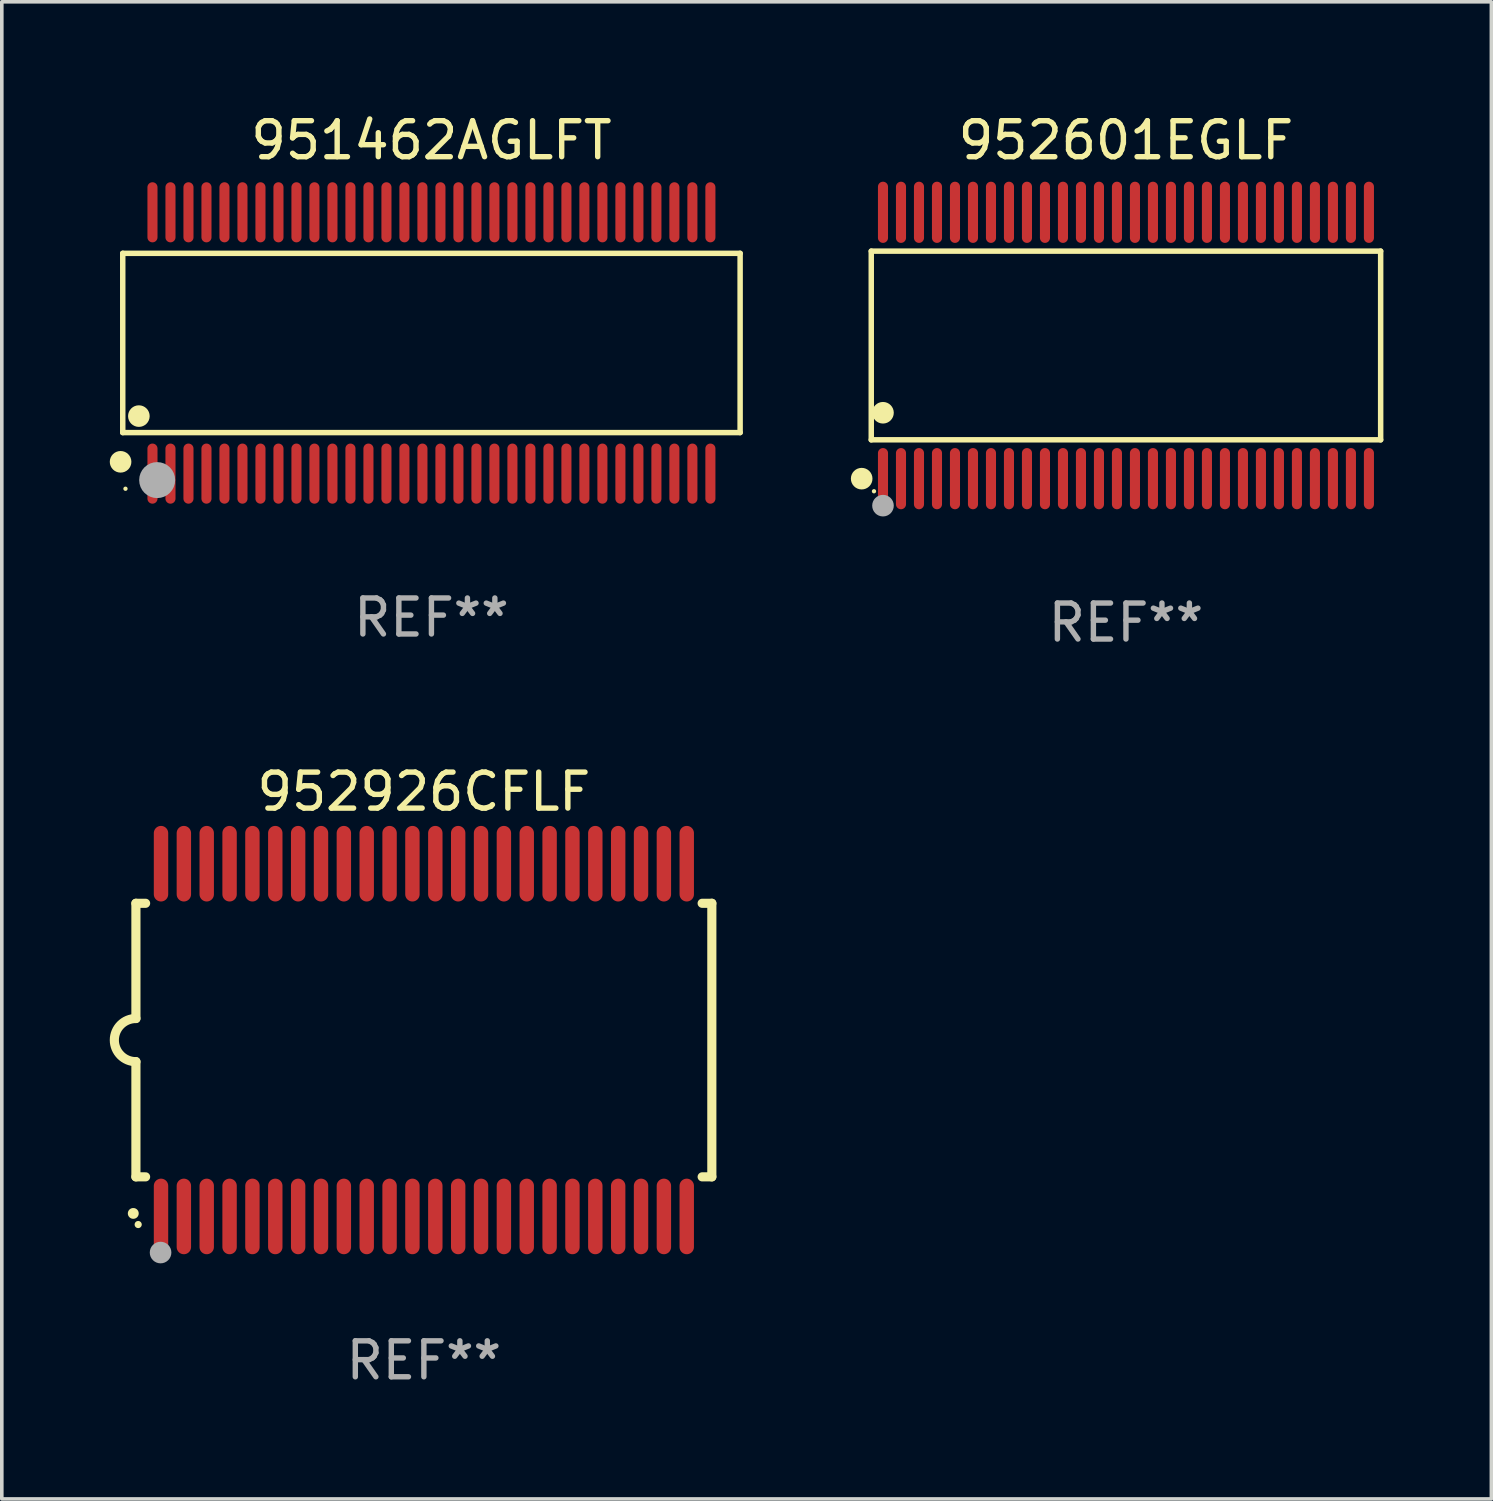
<source format=kicad_pcb>
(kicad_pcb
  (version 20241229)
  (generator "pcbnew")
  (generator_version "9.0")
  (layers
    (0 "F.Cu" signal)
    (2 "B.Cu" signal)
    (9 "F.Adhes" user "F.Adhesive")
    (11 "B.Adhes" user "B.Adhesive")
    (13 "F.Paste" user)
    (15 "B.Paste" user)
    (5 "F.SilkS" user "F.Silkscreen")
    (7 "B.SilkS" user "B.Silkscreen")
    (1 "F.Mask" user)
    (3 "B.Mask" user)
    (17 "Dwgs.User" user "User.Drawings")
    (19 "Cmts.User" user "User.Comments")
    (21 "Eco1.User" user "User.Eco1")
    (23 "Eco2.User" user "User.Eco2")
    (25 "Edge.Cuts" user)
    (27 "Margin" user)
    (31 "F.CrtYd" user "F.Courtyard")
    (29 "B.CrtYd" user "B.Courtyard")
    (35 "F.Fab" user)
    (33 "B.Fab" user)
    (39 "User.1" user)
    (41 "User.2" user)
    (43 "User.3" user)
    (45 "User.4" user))
  (footprint "952926CFLF"
    (layer "F.Cu")
    (at 8.726 25.845)
    (property "Reference" "952926CFLF" (at 0 -6.9 0) (layer "F.SilkS") (effects (font (size 1 1) (thickness 0.15))))
    (attr through_hole)
    (fp_line (start -8 -3.8) (end -8 -0.599) (stroke (width 0.254) (type solid)) (layer "F.SilkS"))
    (fp_line (start -8 -3.8) (end -7.731 -3.8) (stroke (width 0.254) (type solid)) (layer "F.SilkS"))
    (fp_line (start -8 3.8) (end -8 0.599) (stroke (width 0.254) (type solid)) (layer "F.SilkS"))
    (fp_line (start -7.731 3.8) (end -8 3.8) (stroke (width 0.254) (type solid)) (layer "F.SilkS"))
    (fp_line (start 7.731 -3.8) (end 8 -3.8) (stroke (width 0.254) (type solid)) (layer "F.SilkS"))
    (fp_line (start 8 -3.8) (end 8 3.8) (stroke (width 0.254) (type solid)) (layer "F.SilkS"))
    (fp_line (start 8 3.8) (end 7.731 3.8) (stroke (width 0.254) (type solid)) (layer "F.SilkS"))
    (fp_arc (start -8.074676 4.81585) (mid -8.073406 4.815845) (end -8.072136 4.81585) (stroke (width 0.3) (type solid)) (layer "F.SilkS"))
    (fp_arc (start -8.000025 0.6) (mid -8.598908 0.00056) (end -8.000027 -0.598882) (stroke (width 0.254001) (type solid)) (layer "F.SilkS"))
    (fp_circle (center -7.937 5.125) (end -7.887 5.125) (stroke (width 0.1) (type solid)) (fill no) (layer "F.SilkS"))
    (fp_circle (center -7.315 5.903) (end -7.165 5.903) (stroke (width 0.3) (type solid)) (fill no) (layer "F.Fab"))
    (fp_text user "REF**" (at 0 8.9 0) (layer "F.Fab") (effects (font (size 1 1) (thickness 0.15))))
    (pad "1" smd oval (at -7.303 4.9) (size 0.4 2.1) (layers "F.Cu" "F.Mask" "F.Paste"))
    (pad "2" smd oval (at -6.668 4.9) (size 0.4 2.1) (layers "F.Cu" "F.Mask" "F.Paste"))
    (pad "3" smd oval (at -6.033 4.9) (size 0.4 2.1) (layers "F.Cu" "F.Mask" "F.Paste"))
    (pad "4" smd oval (at -5.398 4.9) (size 0.4 2.1) (layers "F.Cu" "F.Mask" "F.Paste"))
    (pad "5" smd oval (at -4.763 4.9) (size 0.4 2.1) (layers "F.Cu" "F.Mask" "F.Paste"))
    (pad "6" smd oval (at -4.128 4.9) (size 0.4 2.1) (layers "F.Cu" "F.Mask" "F.Paste"))
    (pad "7" smd oval (at -3.493 4.9) (size 0.4 2.1) (layers "F.Cu" "F.Mask" "F.Paste"))
    (pad "8" smd oval (at -2.858 4.9) (size 0.4 2.1) (layers "F.Cu" "F.Mask" "F.Paste"))
    (pad "9" smd oval (at -2.223 4.9) (size 0.4 2.1) (layers "F.Cu" "F.Mask" "F.Paste"))
    (pad "10" smd oval (at -1.588 4.9) (size 0.4 2.1) (layers "F.Cu" "F.Mask" "F.Paste"))
    (pad "11" smd oval (at -0.953 4.9) (size 0.4 2.1) (layers "F.Cu" "F.Mask" "F.Paste"))
    (pad "12" smd oval (at -0.318 4.9) (size 0.4 2.1) (layers "F.Cu" "F.Mask" "F.Paste"))
    (pad "13" smd oval (at 0.318 4.9) (size 0.4 2.1) (layers "F.Cu" "F.Mask" "F.Paste"))
    (pad "14" smd oval (at 0.953 4.9) (size 0.4 2.1) (layers "F.Cu" "F.Mask" "F.Paste"))
    (pad "15" smd oval (at 1.588 4.9) (size 0.4 2.1) (layers "F.Cu" "F.Mask" "F.Paste"))
    (pad "16" smd oval (at 2.223 4.9) (size 0.4 2.1) (layers "F.Cu" "F.Mask" "F.Paste"))
    (pad "17" smd oval (at 2.858 4.9) (size 0.4 2.1) (layers "F.Cu" "F.Mask" "F.Paste"))
    (pad "18" smd oval (at 3.493 4.9) (size 0.4 2.1) (layers "F.Cu" "F.Mask" "F.Paste"))
    (pad "19" smd oval (at 4.128 4.9) (size 0.4 2.1) (layers "F.Cu" "F.Mask" "F.Paste"))
    (pad "20" smd oval (at 4.763 4.9) (size 0.4 2.1) (layers "F.Cu" "F.Mask" "F.Paste"))
    (pad "21" smd oval (at 5.398 4.9) (size 0.4 2.1) (layers "F.Cu" "F.Mask" "F.Paste"))
    (pad "22" smd oval (at 6.033 4.9) (size 0.4 2.1) (layers "F.Cu" "F.Mask" "F.Paste"))
    (pad "23" smd oval (at 6.668 4.9) (size 0.4 2.1) (layers "F.Cu" "F.Mask" "F.Paste"))
    (pad "24" smd oval (at 7.303 4.9) (size 0.4 2.1) (layers "F.Cu" "F.Mask" "F.Paste"))
    (pad "25" smd oval (at 7.303 -4.9 180) (size 0.4 2.1) (layers "F.Cu" "F.Mask" "F.Paste"))
    (pad "26" smd oval (at 6.668 -4.9 180) (size 0.4 2.1) (layers "F.Cu" "F.Mask" "F.Paste"))
    (pad "27" smd oval (at 6.033 -4.9 180) (size 0.4 2.1) (layers "F.Cu" "F.Mask" "F.Paste"))
    (pad "28" smd oval (at 5.398 -4.9 180) (size 0.4 2.1) (layers "F.Cu" "F.Mask" "F.Paste"))
    (pad "29" smd oval (at 4.763 -4.9 180) (size 0.4 2.1) (layers "F.Cu" "F.Mask" "F.Paste"))
    (pad "30" smd oval (at 4.128 -4.9 180) (size 0.4 2.1) (layers "F.Cu" "F.Mask" "F.Paste"))
    (pad "31" smd oval (at 3.493 -4.9 180) (size 0.4 2.1) (layers "F.Cu" "F.Mask" "F.Paste"))
    (pad "32" smd oval (at 2.858 -4.9 180) (size 0.4 2.1) (layers "F.Cu" "F.Mask" "F.Paste"))
    (pad "33" smd oval (at 2.223 -4.9 180) (size 0.4 2.1) (layers "F.Cu" "F.Mask" "F.Paste"))
    (pad "34" smd oval (at 1.588 -4.9 180) (size 0.4 2.1) (layers "F.Cu" "F.Mask" "F.Paste"))
    (pad "35" smd oval (at 0.953 -4.9 180) (size 0.4 2.1) (layers "F.Cu" "F.Mask" "F.Paste"))
    (pad "36" smd oval (at 0.318 -4.9 180) (size 0.4 2.1) (layers "F.Cu" "F.Mask" "F.Paste"))
    (pad "37" smd oval (at -0.318 -4.9 180) (size 0.4 2.1) (layers "F.Cu" "F.Mask" "F.Paste"))
    (pad "38" smd oval (at -0.953 -4.9 180) (size 0.4 2.1) (layers "F.Cu" "F.Mask" "F.Paste"))
    (pad "39" smd oval (at -1.588 -4.9 180) (size 0.4 2.1) (layers "F.Cu" "F.Mask" "F.Paste"))
    (pad "40" smd oval (at -2.223 -4.9 180) (size 0.4 2.1) (layers "F.Cu" "F.Mask" "F.Paste"))
    (pad "41" smd oval (at -2.858 -4.9 180) (size 0.4 2.1) (layers "F.Cu" "F.Mask" "F.Paste"))
    (pad "42" smd oval (at -3.493 -4.9 180) (size 0.4 2.1) (layers "F.Cu" "F.Mask" "F.Paste"))
    (pad "43" smd oval (at -4.128 -4.9 180) (size 0.4 2.1) (layers "F.Cu" "F.Mask" "F.Paste"))
    (pad "44" smd oval (at -4.763 -4.9 180) (size 0.4 2.1) (layers "F.Cu" "F.Mask" "F.Paste"))
    (pad "45" smd oval (at -5.398 -4.9 180) (size 0.4 2.1) (layers "F.Cu" "F.Mask" "F.Paste"))
    (pad "46" smd oval (at -6.033 -4.9 180) (size 0.4 2.1) (layers "F.Cu" "F.Mask" "F.Paste"))
    (pad "47" smd oval (at -6.668 -4.9 180) (size 0.4 2.1) (layers "F.Cu" "F.Mask" "F.Paste"))
    (pad "48" smd oval (at -7.303 -4.9 180) (size 0.4 2.1) (layers "F.Cu" "F.Mask" "F.Paste")))
  (footprint "951462AGLFT"
    (layer "F.Cu")
    (at 8.936 6.478)
    (property "Reference" "951462AGLFT" (at 0 -5.63 0) (layer "F.SilkS") (effects (font (size 1 1) (thickness 0.15))))
    (attr through_hole)
    (fp_line (start -8.576 -2.49) (end 8.576 -2.49) (stroke (width 0.152) (type solid)) (layer "F.SilkS"))
    (fp_line (start -8.576 2.49) (end -8.576 -2.49) (stroke (width 0.152) (type solid)) (layer "F.SilkS"))
    (fp_line (start 8.576 -2.49) (end 8.576 2.49) (stroke (width 0.152) (type solid)) (layer "F.SilkS"))
    (fp_line (start 8.576 2.49) (end -8.576 2.49) (stroke (width 0.152) (type solid)) (layer "F.SilkS"))
    (fp_circle (center -8.636 3.302) (end -8.486 3.302) (stroke (width 0.3) (type solid)) (fill no) (layer "F.SilkS"))
    (fp_circle (center -8.5 4.05) (end -8.47 4.05) (stroke (width 0.06) (type solid)) (fill no) (layer "F.SilkS"))
    (fp_circle (center -8.128 2.032) (end -7.978 2.032) (stroke (width 0.3) (type solid)) (fill no) (layer "F.SilkS"))
    (fp_circle (center -7.62 3.81) (end -7.37 3.81) (stroke (width 0.5) (type solid)) (fill no) (layer "F.Fab"))
    (fp_text user "REF**" (at 0 7.63 0) (layer "F.Fab") (effects (font (size 1 1) (thickness 0.15))))
    (pad "1" smd oval (at -7.75 3.63) (size 0.28 1.67) (layers "F.Cu" "F.Mask" "F.Paste"))
    (pad "2" smd oval (at -7.25 3.63) (size 0.28 1.67) (layers "F.Cu" "F.Mask" "F.Paste"))
    (pad "3" smd oval (at -6.75 3.63) (size 0.28 1.67) (layers "F.Cu" "F.Mask" "F.Paste"))
    (pad "4" smd oval (at -6.25 3.63) (size 0.28 1.67) (layers "F.Cu" "F.Mask" "F.Paste"))
    (pad "5" smd oval (at -5.75 3.63) (size 0.28 1.67) (layers "F.Cu" "F.Mask" "F.Paste"))
    (pad "6" smd oval (at -5.25 3.63) (size 0.28 1.67) (layers "F.Cu" "F.Mask" "F.Paste"))
    (pad "7" smd oval (at -4.75 3.63) (size 0.28 1.67) (layers "F.Cu" "F.Mask" "F.Paste"))
    (pad "8" smd oval (at -4.25 3.63) (size 0.28 1.67) (layers "F.Cu" "F.Mask" "F.Paste"))
    (pad "9" smd oval (at -3.75 3.63) (size 0.28 1.67) (layers "F.Cu" "F.Mask" "F.Paste"))
    (pad "10" smd oval (at -3.25 3.63) (size 0.28 1.67) (layers "F.Cu" "F.Mask" "F.Paste"))
    (pad "11" smd oval (at -2.75 3.63) (size 0.28 1.67) (layers "F.Cu" "F.Mask" "F.Paste"))
    (pad "12" smd oval (at -2.25 3.63) (size 0.28 1.67) (layers "F.Cu" "F.Mask" "F.Paste"))
    (pad "13" smd oval (at -1.75 3.63) (size 0.28 1.67) (layers "F.Cu" "F.Mask" "F.Paste"))
    (pad "14" smd oval (at -1.25 3.63) (size 0.28 1.67) (layers "F.Cu" "F.Mask" "F.Paste"))
    (pad "15" smd oval (at -0.75 3.63) (size 0.28 1.67) (layers "F.Cu" "F.Mask" "F.Paste"))
    (pad "16" smd oval (at -0.25 3.63) (size 0.28 1.67) (layers "F.Cu" "F.Mask" "F.Paste"))
    (pad "17" smd oval (at 0.25 3.63) (size 0.28 1.67) (layers "F.Cu" "F.Mask" "F.Paste"))
    (pad "18" smd oval (at 0.75 3.63) (size 0.28 1.67) (layers "F.Cu" "F.Mask" "F.Paste"))
    (pad "19" smd oval (at 1.25 3.63) (size 0.28 1.67) (layers "F.Cu" "F.Mask" "F.Paste"))
    (pad "20" smd oval (at 1.75 3.63) (size 0.28 1.67) (layers "F.Cu" "F.Mask" "F.Paste"))
    (pad "21" smd oval (at 2.25 3.63) (size 0.28 1.67) (layers "F.Cu" "F.Mask" "F.Paste"))
    (pad "22" smd oval (at 2.75 3.63) (size 0.28 1.67) (layers "F.Cu" "F.Mask" "F.Paste"))
    (pad "23" smd oval (at 3.25 3.63) (size 0.28 1.67) (layers "F.Cu" "F.Mask" "F.Paste"))
    (pad "24" smd oval (at 3.75 3.63) (size 0.28 1.67) (layers "F.Cu" "F.Mask" "F.Paste"))
    (pad "25" smd oval (at 4.25 3.63) (size 0.28 1.67) (layers "F.Cu" "F.Mask" "F.Paste"))
    (pad "26" smd oval (at 4.75 3.63) (size 0.28 1.67) (layers "F.Cu" "F.Mask" "F.Paste"))
    (pad "27" smd oval (at 5.25 3.63) (size 0.28 1.67) (layers "F.Cu" "F.Mask" "F.Paste"))
    (pad "28" smd oval (at 5.75 3.63) (size 0.28 1.67) (layers "F.Cu" "F.Mask" "F.Paste"))
    (pad "29" smd oval (at 6.25 3.63) (size 0.28 1.67) (layers "F.Cu" "F.Mask" "F.Paste"))
    (pad "30" smd oval (at 6.75 3.63) (size 0.28 1.67) (layers "F.Cu" "F.Mask" "F.Paste"))
    (pad "31" smd oval (at 7.25 3.63) (size 0.28 1.67) (layers "F.Cu" "F.Mask" "F.Paste"))
    (pad "32" smd oval (at 7.75 3.63) (size 0.28 1.67) (layers "F.Cu" "F.Mask" "F.Paste"))
    (pad "33" smd oval (at 7.75 -3.63) (size 0.28 1.67) (layers "F.Cu" "F.Mask" "F.Paste"))
    (pad "34" smd oval (at 7.25 -3.63) (size 0.28 1.67) (layers "F.Cu" "F.Mask" "F.Paste"))
    (pad "35" smd oval (at 6.75 -3.63) (size 0.28 1.67) (layers "F.Cu" "F.Mask" "F.Paste"))
    (pad "36" smd oval (at 6.25 -3.63) (size 0.28 1.67) (layers "F.Cu" "F.Mask" "F.Paste"))
    (pad "37" smd oval (at 5.75 -3.63) (size 0.28 1.67) (layers "F.Cu" "F.Mask" "F.Paste"))
    (pad "38" smd oval (at 5.25 -3.63) (size 0.28 1.67) (layers "F.Cu" "F.Mask" "F.Paste"))
    (pad "39" smd oval (at 4.75 -3.63) (size 0.28 1.67) (layers "F.Cu" "F.Mask" "F.Paste"))
    (pad "40" smd oval (at 4.25 -3.63) (size 0.28 1.67) (layers "F.Cu" "F.Mask" "F.Paste"))
    (pad "41" smd oval (at 3.75 -3.63) (size 0.28 1.67) (layers "F.Cu" "F.Mask" "F.Paste"))
    (pad "42" smd oval (at 3.25 -3.63) (size 0.28 1.67) (layers "F.Cu" "F.Mask" "F.Paste"))
    (pad "43" smd oval (at 2.75 -3.63) (size 0.28 1.67) (layers "F.Cu" "F.Mask" "F.Paste"))
    (pad "44" smd oval (at 2.25 -3.63) (size 0.28 1.67) (layers "F.Cu" "F.Mask" "F.Paste"))
    (pad "45" smd oval (at 1.75 -3.63) (size 0.28 1.67) (layers "F.Cu" "F.Mask" "F.Paste"))
    (pad "46" smd oval (at 1.25 -3.63) (size 0.28 1.67) (layers "F.Cu" "F.Mask" "F.Paste"))
    (pad "47" smd oval (at 0.75 -3.63) (size 0.28 1.67) (layers "F.Cu" "F.Mask" "F.Paste"))
    (pad "48" smd oval (at 0.25 -3.63) (size 0.28 1.67) (layers "F.Cu" "F.Mask" "F.Paste"))
    (pad "49" smd oval (at -0.25 -3.63) (size 0.28 1.67) (layers "F.Cu" "F.Mask" "F.Paste"))
    (pad "50" smd oval (at -0.75 -3.63) (size 0.28 1.67) (layers "F.Cu" "F.Mask" "F.Paste"))
    (pad "51" smd oval (at -1.25 -3.63) (size 0.28 1.67) (layers "F.Cu" "F.Mask" "F.Paste"))
    (pad "52" smd oval (at -1.75 -3.63) (size 0.28 1.67) (layers "F.Cu" "F.Mask" "F.Paste"))
    (pad "53" smd oval (at -2.25 -3.63) (size 0.28 1.67) (layers "F.Cu" "F.Mask" "F.Paste"))
    (pad "54" smd oval (at -2.75 -3.63) (size 0.28 1.67) (layers "F.Cu" "F.Mask" "F.Paste"))
    (pad "55" smd oval (at -3.25 -3.63) (size 0.28 1.67) (layers "F.Cu" "F.Mask" "F.Paste"))
    (pad "56" smd oval (at -3.75 -3.63) (size 0.28 1.67) (layers "F.Cu" "F.Mask" "F.Paste"))
    (pad "57" smd oval (at -4.25 -3.63) (size 0.28 1.67) (layers "F.Cu" "F.Mask" "F.Paste"))
    (pad "58" smd oval (at -4.75 -3.63) (size 0.28 1.67) (layers "F.Cu" "F.Mask" "F.Paste"))
    (pad "59" smd oval (at -5.25 -3.63) (size 0.28 1.67) (layers "F.Cu" "F.Mask" "F.Paste"))
    (pad "60" smd oval (at -5.75 -3.63) (size 0.28 1.67) (layers "F.Cu" "F.Mask" "F.Paste"))
    (pad "61" smd oval (at -6.25 -3.63) (size 0.28 1.67) (layers "F.Cu" "F.Mask" "F.Paste"))
    (pad "62" smd oval (at -6.75 -3.63) (size 0.28 1.67) (layers "F.Cu" "F.Mask" "F.Paste"))
    (pad "63" smd oval (at -7.25 -3.63) (size 0.28 1.67) (layers "F.Cu" "F.Mask" "F.Paste"))
    (pad "64" smd oval (at -7.75 -3.63) (size 0.28 1.67) (layers "F.Cu" "F.Mask" "F.Paste")))
  (footprint "952601EGLF"
    (layer "F.Cu")
    (at 28.231 6.548)
    (property "Reference" "952601EGLF" (at 0 -5.7 0) (layer "F.SilkS") (effects (font (size 1 1) (thickness 0.15))))
    (attr through_hole)
    (fp_line (start -7.076 -2.621) (end 7.076 -2.621) (stroke (width 0.152) (type solid)) (layer "F.SilkS"))
    (fp_line (start -7.076 2.621) (end -7.076 -2.621) (stroke (width 0.152) (type solid)) (layer "F.SilkS"))
    (fp_line (start 7.076 -2.621) (end 7.076 2.621) (stroke (width 0.152) (type solid)) (layer "F.SilkS"))
    (fp_line (start 7.076 2.621) (end -7.076 2.621) (stroke (width 0.152) (type solid)) (layer "F.SilkS"))
    (fp_circle (center -7.342 3.7) (end -7.192 3.7) (stroke (width 0.3) (type solid)) (fill no) (layer "F.SilkS"))
    (fp_circle (center -7 4.05) (end -6.97 4.05) (stroke (width 0.06) (type solid)) (fill no) (layer "F.SilkS"))
    (fp_circle (center -6.75 1.869) (end -6.6 1.869) (stroke (width 0.3) (type solid)) (fill no) (layer "F.SilkS"))
    (fp_circle (center -6.75 4.45) (end -6.6 4.45) (stroke (width 0.3) (type solid)) (fill no) (layer "F.Fab"))
    (fp_text user "REF**" (at 0 7.7 0) (layer "F.Fab") (effects (font (size 1 1) (thickness 0.15))))
    (pad "1" smd oval (at -6.75 3.7) (size 0.28 1.7) (layers "F.Cu" "F.Mask" "F.Paste"))
    (pad "2" smd oval (at -6.25 3.7) (size 0.28 1.7) (layers "F.Cu" "F.Mask" "F.Paste"))
    (pad "3" smd oval (at -5.75 3.7) (size 0.28 1.7) (layers "F.Cu" "F.Mask" "F.Paste"))
    (pad "4" smd oval (at -5.25 3.7) (size 0.28 1.7) (layers "F.Cu" "F.Mask" "F.Paste"))
    (pad "5" smd oval (at -4.75 3.7) (size 0.28 1.7) (layers "F.Cu" "F.Mask" "F.Paste"))
    (pad "6" smd oval (at -4.25 3.7) (size 0.28 1.7) (layers "F.Cu" "F.Mask" "F.Paste"))
    (pad "7" smd oval (at -3.75 3.7) (size 0.28 1.7) (layers "F.Cu" "F.Mask" "F.Paste"))
    (pad "8" smd oval (at -3.25 3.7) (size 0.28 1.7) (layers "F.Cu" "F.Mask" "F.Paste"))
    (pad "9" smd oval (at -2.75 3.7) (size 0.28 1.7) (layers "F.Cu" "F.Mask" "F.Paste"))
    (pad "10" smd oval (at -2.25 3.7) (size 0.28 1.7) (layers "F.Cu" "F.Mask" "F.Paste"))
    (pad "11" smd oval (at -1.75 3.7) (size 0.28 1.7) (layers "F.Cu" "F.Mask" "F.Paste"))
    (pad "12" smd oval (at -1.25 3.7) (size 0.28 1.7) (layers "F.Cu" "F.Mask" "F.Paste"))
    (pad "13" smd oval (at -0.75 3.7) (size 0.28 1.7) (layers "F.Cu" "F.Mask" "F.Paste"))
    (pad "14" smd oval (at -0.25 3.7) (size 0.28 1.7) (layers "F.Cu" "F.Mask" "F.Paste"))
    (pad "15" smd oval (at 0.25 3.7) (size 0.28 1.7) (layers "F.Cu" "F.Mask" "F.Paste"))
    (pad "16" smd oval (at 0.75 3.7) (size 0.28 1.7) (layers "F.Cu" "F.Mask" "F.Paste"))
    (pad "17" smd oval (at 1.25 3.7) (size 0.28 1.7) (layers "F.Cu" "F.Mask" "F.Paste"))
    (pad "18" smd oval (at 1.75 3.7) (size 0.28 1.7) (layers "F.Cu" "F.Mask" "F.Paste"))
    (pad "19" smd oval (at 2.25 3.7) (size 0.28 1.7) (layers "F.Cu" "F.Mask" "F.Paste"))
    (pad "20" smd oval (at 2.75 3.7) (size 0.28 1.7) (layers "F.Cu" "F.Mask" "F.Paste"))
    (pad "21" smd oval (at 3.25 3.7) (size 0.28 1.7) (layers "F.Cu" "F.Mask" "F.Paste"))
    (pad "22" smd oval (at 3.75 3.7) (size 0.28 1.7) (layers "F.Cu" "F.Mask" "F.Paste"))
    (pad "23" smd oval (at 4.25 3.7) (size 0.28 1.7) (layers "F.Cu" "F.Mask" "F.Paste"))
    (pad "24" smd oval (at 4.75 3.7) (size 0.28 1.7) (layers "F.Cu" "F.Mask" "F.Paste"))
    (pad "25" smd oval (at 5.25 3.7) (size 0.28 1.7) (layers "F.Cu" "F.Mask" "F.Paste"))
    (pad "26" smd oval (at 5.75 3.7) (size 0.28 1.7) (layers "F.Cu" "F.Mask" "F.Paste"))
    (pad "27" smd oval (at 6.25 3.7) (size 0.28 1.7) (layers "F.Cu" "F.Mask" "F.Paste"))
    (pad "28" smd oval (at 6.75 3.7) (size 0.28 1.7) (layers "F.Cu" "F.Mask" "F.Paste"))
    (pad "29" smd oval (at 6.75 -3.7) (size 0.28 1.7) (layers "F.Cu" "F.Mask" "F.Paste"))
    (pad "30" smd oval (at 6.25 -3.7) (size 0.28 1.7) (layers "F.Cu" "F.Mask" "F.Paste"))
    (pad "31" smd oval (at 5.75 -3.7) (size 0.28 1.7) (layers "F.Cu" "F.Mask" "F.Paste"))
    (pad "32" smd oval (at 5.25 -3.7) (size 0.28 1.7) (layers "F.Cu" "F.Mask" "F.Paste"))
    (pad "33" smd oval (at 4.75 -3.7) (size 0.28 1.7) (layers "F.Cu" "F.Mask" "F.Paste"))
    (pad "34" smd oval (at 4.25 -3.7) (size 0.28 1.7) (layers "F.Cu" "F.Mask" "F.Paste"))
    (pad "35" smd oval (at 3.75 -3.7) (size 0.28 1.7) (layers "F.Cu" "F.Mask" "F.Paste"))
    (pad "36" smd oval (at 3.25 -3.7) (size 0.28 1.7) (layers "F.Cu" "F.Mask" "F.Paste"))
    (pad "37" smd oval (at 2.75 -3.7) (size 0.28 1.7) (layers "F.Cu" "F.Mask" "F.Paste"))
    (pad "38" smd oval (at 2.25 -3.7) (size 0.28 1.7) (layers "F.Cu" "F.Mask" "F.Paste"))
    (pad "39" smd oval (at 1.75 -3.7) (size 0.28 1.7) (layers "F.Cu" "F.Mask" "F.Paste"))
    (pad "40" smd oval (at 1.25 -3.7) (size 0.28 1.7) (layers "F.Cu" "F.Mask" "F.Paste"))
    (pad "41" smd oval (at 0.75 -3.7) (size 0.28 1.7) (layers "F.Cu" "F.Mask" "F.Paste"))
    (pad "42" smd oval (at 0.25 -3.7) (size 0.28 1.7) (layers "F.Cu" "F.Mask" "F.Paste"))
    (pad "43" smd oval (at -0.25 -3.7) (size 0.28 1.7) (layers "F.Cu" "F.Mask" "F.Paste"))
    (pad "44" smd oval (at -0.75 -3.7) (size 0.28 1.7) (layers "F.Cu" "F.Mask" "F.Paste"))
    (pad "45" smd oval (at -1.25 -3.7) (size 0.28 1.7) (layers "F.Cu" "F.Mask" "F.Paste"))
    (pad "46" smd oval (at -1.75 -3.7) (size 0.28 1.7) (layers "F.Cu" "F.Mask" "F.Paste"))
    (pad "47" smd oval (at -2.25 -3.7) (size 0.28 1.7) (layers "F.Cu" "F.Mask" "F.Paste"))
    (pad "48" smd oval (at -2.75 -3.7) (size 0.28 1.7) (layers "F.Cu" "F.Mask" "F.Paste"))
    (pad "49" smd oval (at -3.25 -3.7) (size 0.28 1.7) (layers "F.Cu" "F.Mask" "F.Paste"))
    (pad "50" smd oval (at -3.75 -3.7) (size 0.28 1.7) (layers "F.Cu" "F.Mask" "F.Paste"))
    (pad "51" smd oval (at -4.25 -3.7) (size 0.28 1.7) (layers "F.Cu" "F.Mask" "F.Paste"))
    (pad "52" smd oval (at -4.75 -3.7) (size 0.28 1.7) (layers "F.Cu" "F.Mask" "F.Paste"))
    (pad "53" smd oval (at -5.25 -3.7) (size 0.28 1.7) (layers "F.Cu" "F.Mask" "F.Paste"))
    (pad "54" smd oval (at -5.75 -3.7) (size 0.28 1.7) (layers "F.Cu" "F.Mask" "F.Paste"))
    (pad "55" smd oval (at -6.25 -3.7) (size 0.28 1.7) (layers "F.Cu" "F.Mask" "F.Paste"))
    (pad "56" smd oval (at -6.75 -3.7) (size 0.28 1.7) (layers "F.Cu" "F.Mask" "F.Paste")))
  (gr_rect
    (start -3 -3)
    (end 38.383 38.593)
    (stroke (width 0.1) (type default))
    (fill no)
    (layer "Edge.Cuts")))
</source>
